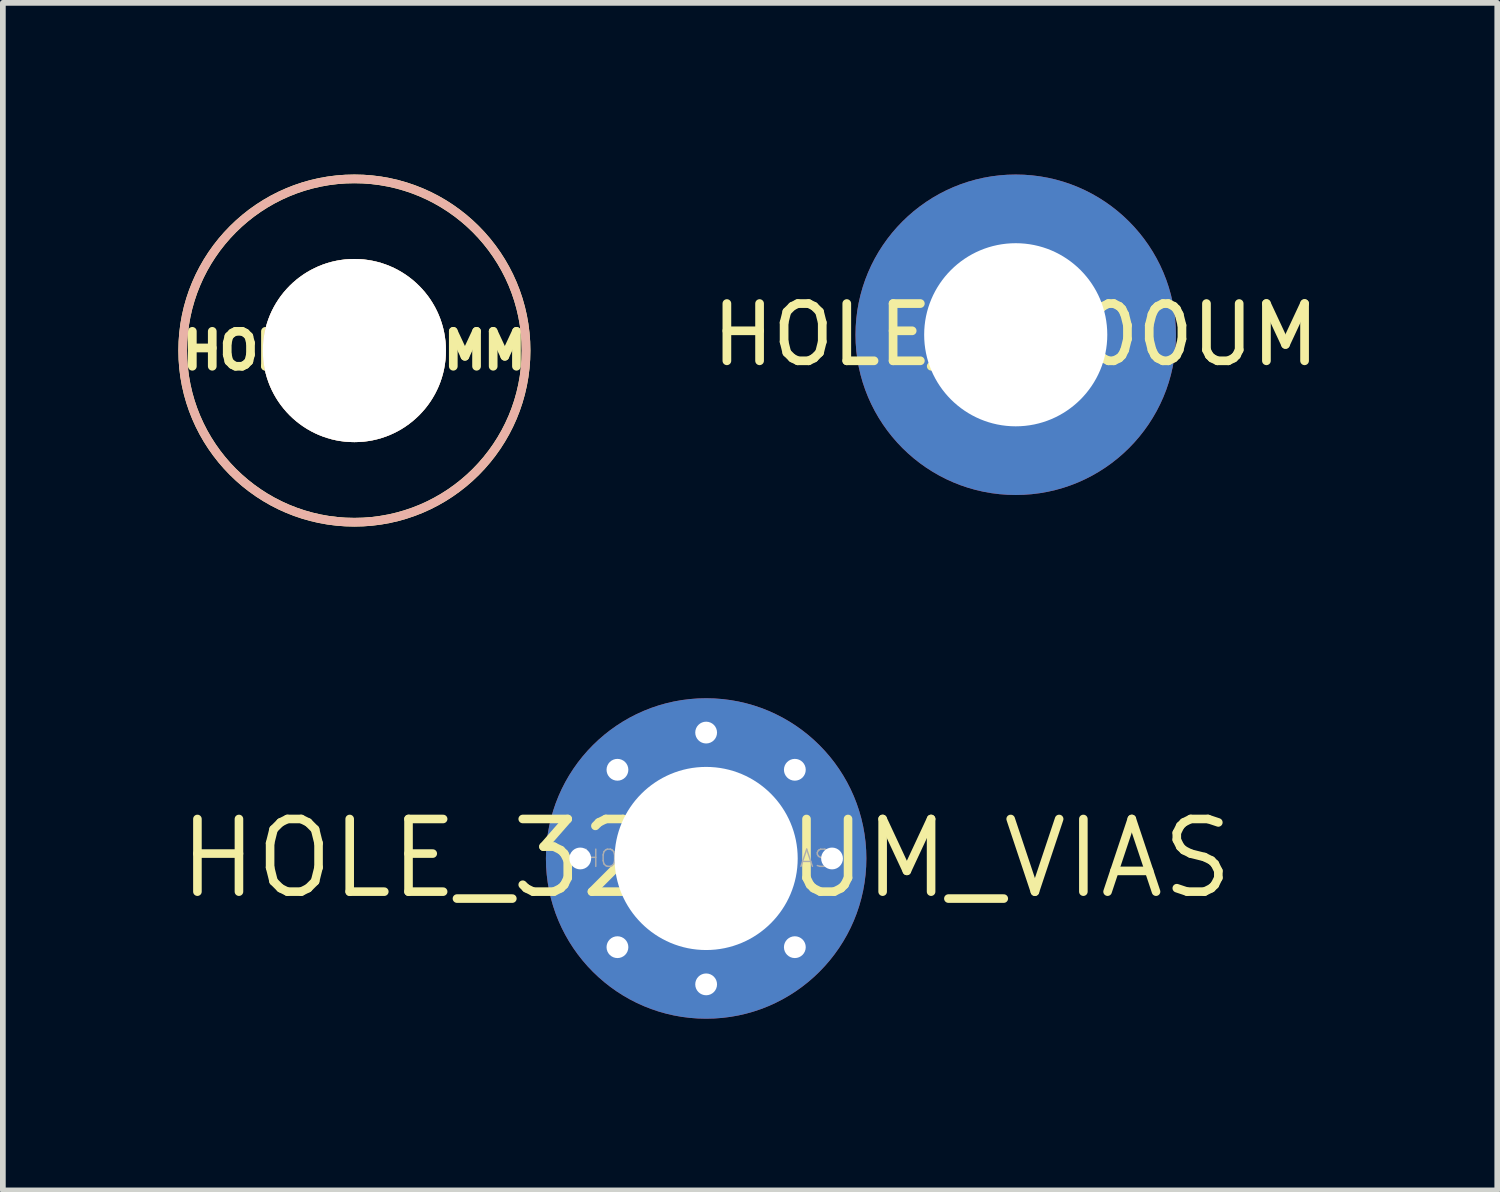
<source format=kicad_pcb>
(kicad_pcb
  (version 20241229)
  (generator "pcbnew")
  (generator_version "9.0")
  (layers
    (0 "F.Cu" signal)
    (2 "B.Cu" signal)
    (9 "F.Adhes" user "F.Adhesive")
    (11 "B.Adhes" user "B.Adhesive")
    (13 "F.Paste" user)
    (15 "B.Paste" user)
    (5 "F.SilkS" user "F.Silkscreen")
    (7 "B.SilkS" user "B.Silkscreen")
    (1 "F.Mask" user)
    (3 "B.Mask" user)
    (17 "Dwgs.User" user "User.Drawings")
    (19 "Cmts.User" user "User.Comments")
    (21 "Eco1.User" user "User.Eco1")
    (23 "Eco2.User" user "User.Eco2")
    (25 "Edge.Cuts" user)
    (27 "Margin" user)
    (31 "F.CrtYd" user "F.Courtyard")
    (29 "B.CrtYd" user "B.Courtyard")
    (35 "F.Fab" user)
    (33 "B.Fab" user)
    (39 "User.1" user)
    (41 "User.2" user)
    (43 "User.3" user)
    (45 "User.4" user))
  (footprint "HOLE_3200UM"
    (layer "F.Cu")
    (at 14.7 2.8)
    (property "Reference" "HOLE_3200UM" (at 0 0 0) (layer "F.SilkS") (effects (font (size 1 1) (thickness 0.152))))
    (attr through_hole)
    (pad "1" thru_hole circle (at 0 0) (size 5.6 5.6) (drill 3.2) (layers "*.Cu" "*.Mask")))
  (footprint "HOLE_3P2MM"
    (layer "F.Cu")
    (at 3.143 3.076)
    (property "Reference" "HOLE_3P2MM" (at 0 0 0) (layer "F.SilkS") (effects (font (size 0.61 0.61) (thickness 0.152))))
    (attr through_hole)
    (fp_circle (center 0 0) (end 3 0) (stroke (width 0.152) (type solid)) (fill no) (layer "F.SilkS"))
    (fp_circle (center 0 0) (end 3 0) (stroke (width 0.152) (type solid)) (fill no) (layer "B.SilkS"))
    (pad "" np_thru_hole circle (at 0 0) (size 3.2 3.2) (drill 3.2) (layers "*.Cu" "*.SilkS" "*.Mask")))
  (footprint "HOLE_3200UM_VIAS"
    (layer "F.Cu")
    (at 9.29 11.952)
    (property "Reference" "HOLE_3200UM_VIAS" (at 0 0 0) (layer "F.SilkS") (effects (font (size 1.27 1.27) (thickness 0.15))))
    (attr through_hole)
    (fp_text user "${REFERENCE}" (at 0 0 0) (layer "F.Fab") (effects (font (size 0.3 0.3) (thickness 0.025))))
    (pad "1" thru_hole circle (at -2.2 0) (size 0.6 0.6) (drill 0.381) (layers "*.Cu" "*.Mask"))
    (pad "1" thru_hole circle (at -1.55 -1.55) (size 0.6 0.6) (drill 0.381) (layers "*.Cu" "*.Mask"))
    (pad "1" thru_hole circle (at -1.55 1.55) (size 0.6 0.6) (drill 0.381) (layers "*.Cu" "*.Mask"))
    (pad "1" thru_hole circle (at 0 -2.2) (size 0.6 0.6) (drill 0.381) (layers "*.Cu" "*.Mask"))
    (pad "1" thru_hole circle (at 0 0) (size 5.6 5.6) (drill 3.2) (layers "*.Cu" "*.Mask"))
    (pad "1" thru_hole circle (at 0 2.2) (size 0.6 0.6) (drill 0.381) (layers "*.Cu" "*.Mask"))
    (pad "1" thru_hole circle (at 1.55 -1.55) (size 0.6 0.6) (drill 0.381) (layers "*.Cu" "*.Mask"))
    (pad "1" thru_hole circle (at 1.55 1.55) (size 0.6 0.6) (drill 0.381) (layers "*.Cu" "*.Mask"))
    (pad "1" thru_hole circle (at 2.2 0) (size 0.6 0.6) (drill 0.381) (layers "*.Cu" "*.Mask")))
  (gr_rect
    (start -3 -3)
    (end 23.115 17.752)
    (stroke (width 0.1) (type default))
    (fill no)
    (layer "Edge.Cuts")))
</source>
